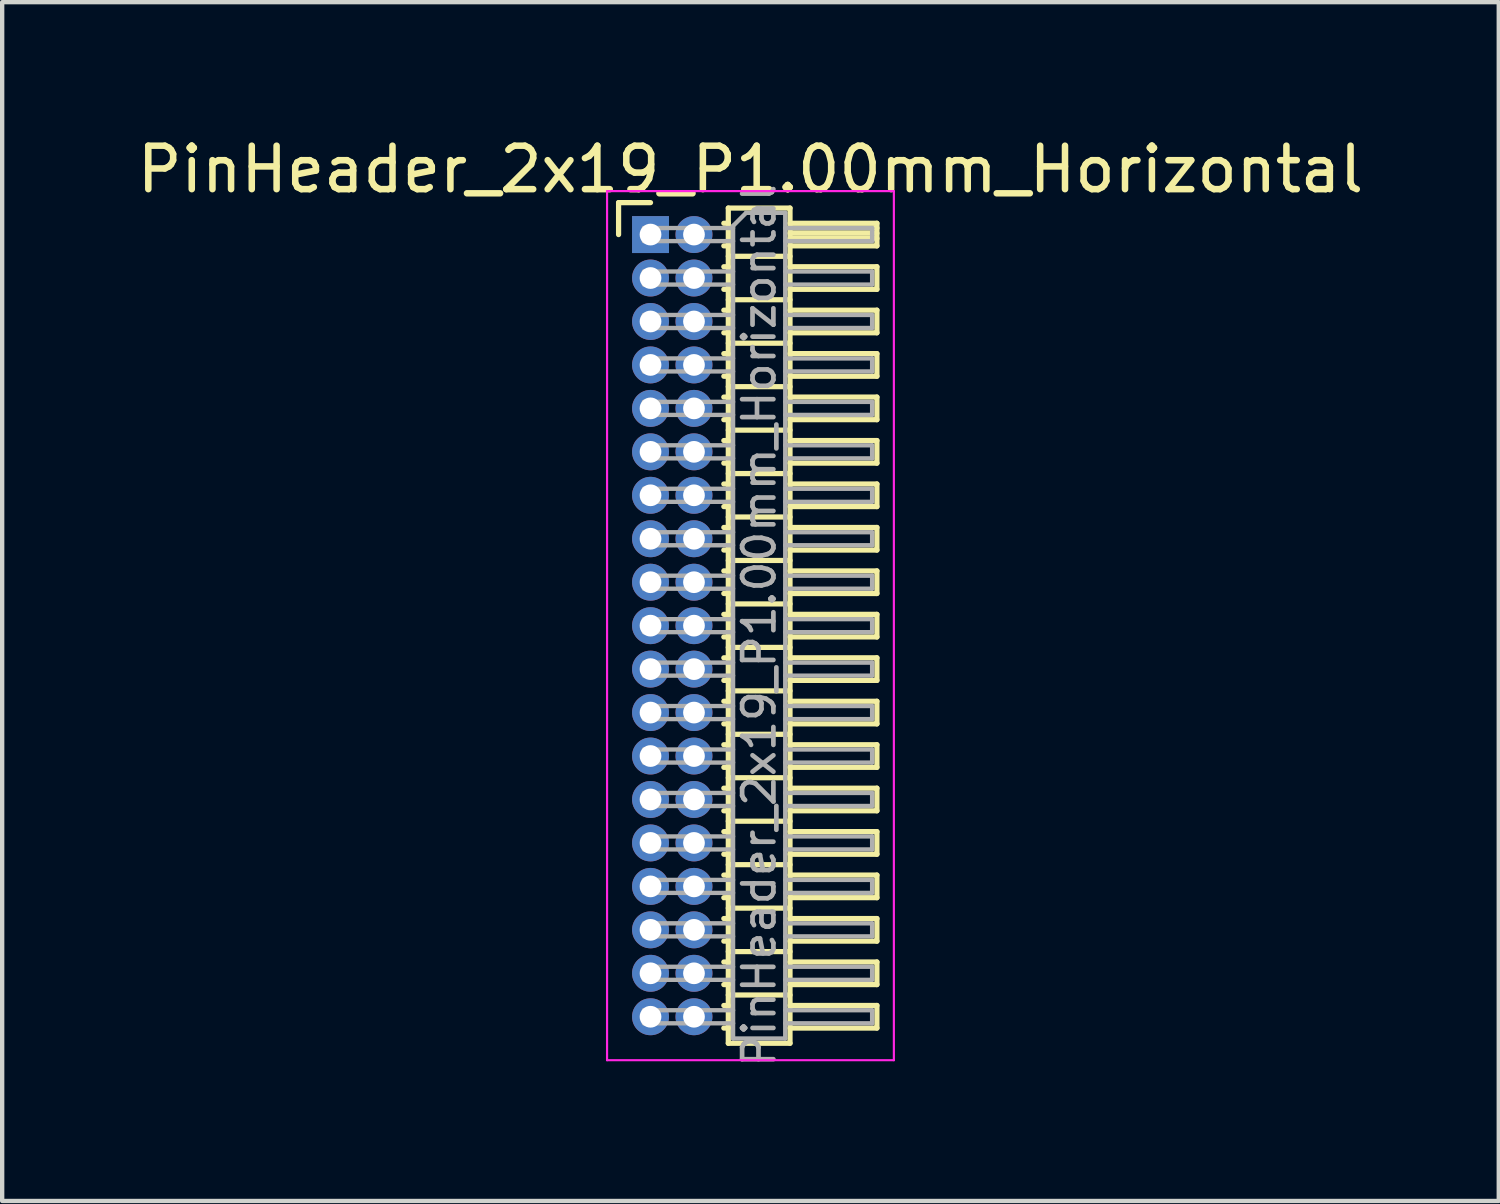
<source format=kicad_pcb>
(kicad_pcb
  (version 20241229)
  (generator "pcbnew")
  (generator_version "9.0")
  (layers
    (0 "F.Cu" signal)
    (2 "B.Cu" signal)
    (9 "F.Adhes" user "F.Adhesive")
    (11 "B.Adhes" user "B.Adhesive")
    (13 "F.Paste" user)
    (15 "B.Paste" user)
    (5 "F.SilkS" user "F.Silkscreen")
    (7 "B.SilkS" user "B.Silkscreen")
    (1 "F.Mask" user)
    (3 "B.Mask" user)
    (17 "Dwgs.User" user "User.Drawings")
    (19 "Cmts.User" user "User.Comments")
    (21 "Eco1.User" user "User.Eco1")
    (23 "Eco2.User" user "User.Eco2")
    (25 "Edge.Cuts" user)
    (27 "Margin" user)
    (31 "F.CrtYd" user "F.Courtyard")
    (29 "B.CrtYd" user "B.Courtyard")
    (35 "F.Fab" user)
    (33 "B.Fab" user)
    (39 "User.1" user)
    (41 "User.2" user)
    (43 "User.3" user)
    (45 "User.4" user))
  (footprint "PinHeader_2x19_P1.00mm_Horizontal"
    (layer "F.Cu")
    (at 11.92 2.348)
    (property "Reference" "PinHeader_2x19_P1.00mm_Horizontal" (at 2.3 -1.5 0) (layer "F.SilkS") (effects (font (size 1 1) (thickness 0.15))))
    (attr through_hole)
    (fp_line (start -0.735 -0.735) (end 0 -0.735) (stroke (width 0.12) (type solid)) (layer "F.SilkS"))
    (fp_line (start -0.735 0) (end -0.735 -0.735) (stroke (width 0.12) (type solid)) (layer "F.SilkS"))
    (fp_line (start 1.687 -0.26) (end 1.79 -0.26) (stroke (width 0.12) (type solid)) (layer "F.SilkS"))
    (fp_line (start 1.687 0.26) (end 1.79 0.26) (stroke (width 0.12) (type solid)) (layer "F.SilkS"))
    (fp_line (start 1.687 0.74) (end 1.79 0.74) (stroke (width 0.12) (type solid)) (layer "F.SilkS"))
    (fp_line (start 1.687 1.26) (end 1.79 1.26) (stroke (width 0.12) (type solid)) (layer "F.SilkS"))
    (fp_line (start 1.687 1.74) (end 1.79 1.74) (stroke (width 0.12) (type solid)) (layer "F.SilkS"))
    (fp_line (start 1.687 2.26) (end 1.79 2.26) (stroke (width 0.12) (type solid)) (layer "F.SilkS"))
    (fp_line (start 1.687 2.74) (end 1.79 2.74) (stroke (width 0.12) (type solid)) (layer "F.SilkS"))
    (fp_line (start 1.687 3.26) (end 1.79 3.26) (stroke (width 0.12) (type solid)) (layer "F.SilkS"))
    (fp_line (start 1.687 3.74) (end 1.79 3.74) (stroke (width 0.12) (type solid)) (layer "F.SilkS"))
    (fp_line (start 1.687 4.26) (end 1.79 4.26) (stroke (width 0.12) (type solid)) (layer "F.SilkS"))
    (fp_line (start 1.687 4.74) (end 1.79 4.74) (stroke (width 0.12) (type solid)) (layer "F.SilkS"))
    (fp_line (start 1.687 5.26) (end 1.79 5.26) (stroke (width 0.12) (type solid)) (layer "F.SilkS"))
    (fp_line (start 1.687 5.74) (end 1.79 5.74) (stroke (width 0.12) (type solid)) (layer "F.SilkS"))
    (fp_line (start 1.687 6.26) (end 1.79 6.26) (stroke (width 0.12) (type solid)) (layer "F.SilkS"))
    (fp_line (start 1.687 6.74) (end 1.79 6.74) (stroke (width 0.12) (type solid)) (layer "F.SilkS"))
    (fp_line (start 1.687 7.26) (end 1.79 7.26) (stroke (width 0.12) (type solid)) (layer "F.SilkS"))
    (fp_line (start 1.687 7.74) (end 1.79 7.74) (stroke (width 0.12) (type solid)) (layer "F.SilkS"))
    (fp_line (start 1.687 8.26) (end 1.79 8.26) (stroke (width 0.12) (type solid)) (layer "F.SilkS"))
    (fp_line (start 1.687 8.74) (end 1.79 8.74) (stroke (width 0.12) (type solid)) (layer "F.SilkS"))
    (fp_line (start 1.687 9.26) (end 1.79 9.26) (stroke (width 0.12) (type solid)) (layer "F.SilkS"))
    (fp_line (start 1.687 9.74) (end 1.79 9.74) (stroke (width 0.12) (type solid)) (layer "F.SilkS"))
    (fp_line (start 1.687 10.26) (end 1.79 10.26) (stroke (width 0.12) (type solid)) (layer "F.SilkS"))
    (fp_line (start 1.687 10.74) (end 1.79 10.74) (stroke (width 0.12) (type solid)) (layer "F.SilkS"))
    (fp_line (start 1.687 11.26) (end 1.79 11.26) (stroke (width 0.12) (type solid)) (layer "F.SilkS"))
    (fp_line (start 1.687 11.74) (end 1.79 11.74) (stroke (width 0.12) (type solid)) (layer "F.SilkS"))
    (fp_line (start 1.687 12.26) (end 1.79 12.26) (stroke (width 0.12) (type solid)) (layer "F.SilkS"))
    (fp_line (start 1.687 12.74) (end 1.79 12.74) (stroke (width 0.12) (type solid)) (layer "F.SilkS"))
    (fp_line (start 1.687 13.26) (end 1.79 13.26) (stroke (width 0.12) (type solid)) (layer "F.SilkS"))
    (fp_line (start 1.687 13.74) (end 1.79 13.74) (stroke (width 0.12) (type solid)) (layer "F.SilkS"))
    (fp_line (start 1.687 14.26) (end 1.79 14.26) (stroke (width 0.12) (type solid)) (layer "F.SilkS"))
    (fp_line (start 1.687 14.74) (end 1.79 14.74) (stroke (width 0.12) (type solid)) (layer "F.SilkS"))
    (fp_line (start 1.687 15.26) (end 1.79 15.26) (stroke (width 0.12) (type solid)) (layer "F.SilkS"))
    (fp_line (start 1.687 15.74) (end 1.79 15.74) (stroke (width 0.12) (type solid)) (layer "F.SilkS"))
    (fp_line (start 1.687 16.26) (end 1.79 16.26) (stroke (width 0.12) (type solid)) (layer "F.SilkS"))
    (fp_line (start 1.687 16.74) (end 1.79 16.74) (stroke (width 0.12) (type solid)) (layer "F.SilkS"))
    (fp_line (start 1.687 17.26) (end 1.79 17.26) (stroke (width 0.12) (type solid)) (layer "F.SilkS"))
    (fp_line (start 1.687 17.74) (end 1.79 17.74) (stroke (width 0.12) (type solid)) (layer "F.SilkS"))
    (fp_line (start 1.687 18.26) (end 1.79 18.26) (stroke (width 0.12) (type solid)) (layer "F.SilkS"))
    (fp_line (start 1.79 -0.61) (end 1.79 18.61) (stroke (width 0.12) (type solid)) (layer "F.SilkS"))
    (fp_line (start 1.79 0.5) (end 3.21 0.5) (stroke (width 0.12) (type solid)) (layer "F.SilkS"))
    (fp_line (start 1.79 1.5) (end 3.21 1.5) (stroke (width 0.12) (type solid)) (layer "F.SilkS"))
    (fp_line (start 1.79 2.5) (end 3.21 2.5) (stroke (width 0.12) (type solid)) (layer "F.SilkS"))
    (fp_line (start 1.79 3.5) (end 3.21 3.5) (stroke (width 0.12) (type solid)) (layer "F.SilkS"))
    (fp_line (start 1.79 4.5) (end 3.21 4.5) (stroke (width 0.12) (type solid)) (layer "F.SilkS"))
    (fp_line (start 1.79 5.5) (end 3.21 5.5) (stroke (width 0.12) (type solid)) (layer "F.SilkS"))
    (fp_line (start 1.79 6.5) (end 3.21 6.5) (stroke (width 0.12) (type solid)) (layer "F.SilkS"))
    (fp_line (start 1.79 7.5) (end 3.21 7.5) (stroke (width 0.12) (type solid)) (layer "F.SilkS"))
    (fp_line (start 1.79 8.5) (end 3.21 8.5) (stroke (width 0.12) (type solid)) (layer "F.SilkS"))
    (fp_line (start 1.79 9.5) (end 3.21 9.5) (stroke (width 0.12) (type solid)) (layer "F.SilkS"))
    (fp_line (start 1.79 10.5) (end 3.21 10.5) (stroke (width 0.12) (type solid)) (layer "F.SilkS"))
    (fp_line (start 1.79 11.5) (end 3.21 11.5) (stroke (width 0.12) (type solid)) (layer "F.SilkS"))
    (fp_line (start 1.79 12.5) (end 3.21 12.5) (stroke (width 0.12) (type solid)) (layer "F.SilkS"))
    (fp_line (start 1.79 13.5) (end 3.21 13.5) (stroke (width 0.12) (type solid)) (layer "F.SilkS"))
    (fp_line (start 1.79 14.5) (end 3.21 14.5) (stroke (width 0.12) (type solid)) (layer "F.SilkS"))
    (fp_line (start 1.79 15.5) (end 3.21 15.5) (stroke (width 0.12) (type solid)) (layer "F.SilkS"))
    (fp_line (start 1.79 16.5) (end 3.21 16.5) (stroke (width 0.12) (type solid)) (layer "F.SilkS"))
    (fp_line (start 1.79 17.5) (end 3.21 17.5) (stroke (width 0.12) (type solid)) (layer "F.SilkS"))
    (fp_line (start 1.79 18.61) (end 3.21 18.61) (stroke (width 0.12) (type solid)) (layer "F.SilkS"))
    (fp_line (start 3.21 -0.61) (end 1.79 -0.61) (stroke (width 0.12) (type solid)) (layer "F.SilkS"))
    (fp_line (start 3.21 -0.26) (end 5.21 -0.26) (stroke (width 0.12) (type solid)) (layer "F.SilkS"))
    (fp_line (start 3.21 -0.15) (end 5.21 -0.15) (stroke (width 0.12) (type solid)) (layer "F.SilkS"))
    (fp_line (start 3.21 -0.03) (end 5.21 -0.03) (stroke (width 0.12) (type solid)) (layer "F.SilkS"))
    (fp_line (start 3.21 0.09) (end 5.21 0.09) (stroke (width 0.12) (type solid)) (layer "F.SilkS"))
    (fp_line (start 3.21 0.74) (end 5.21 0.74) (stroke (width 0.12) (type solid)) (layer "F.SilkS"))
    (fp_line (start 3.21 1.74) (end 5.21 1.74) (stroke (width 0.12) (type solid)) (layer "F.SilkS"))
    (fp_line (start 3.21 2.74) (end 5.21 2.74) (stroke (width 0.12) (type solid)) (layer "F.SilkS"))
    (fp_line (start 3.21 3.74) (end 5.21 3.74) (stroke (width 0.12) (type solid)) (layer "F.SilkS"))
    (fp_line (start 3.21 4.74) (end 5.21 4.74) (stroke (width 0.12) (type solid)) (layer "F.SilkS"))
    (fp_line (start 3.21 5.74) (end 5.21 5.74) (stroke (width 0.12) (type solid)) (layer "F.SilkS"))
    (fp_line (start 3.21 6.74) (end 5.21 6.74) (stroke (width 0.12) (type solid)) (layer "F.SilkS"))
    (fp_line (start 3.21 7.74) (end 5.21 7.74) (stroke (width 0.12) (type solid)) (layer "F.SilkS"))
    (fp_line (start 3.21 8.74) (end 5.21 8.74) (stroke (width 0.12) (type solid)) (layer "F.SilkS"))
    (fp_line (start 3.21 9.74) (end 5.21 9.74) (stroke (width 0.12) (type solid)) (layer "F.SilkS"))
    (fp_line (start 3.21 10.74) (end 5.21 10.74) (stroke (width 0.12) (type solid)) (layer "F.SilkS"))
    (fp_line (start 3.21 11.74) (end 5.21 11.74) (stroke (width 0.12) (type solid)) (layer "F.SilkS"))
    (fp_line (start 3.21 12.74) (end 5.21 12.74) (stroke (width 0.12) (type solid)) (layer "F.SilkS"))
    (fp_line (start 3.21 13.74) (end 5.21 13.74) (stroke (width 0.12) (type solid)) (layer "F.SilkS"))
    (fp_line (start 3.21 14.74) (end 5.21 14.74) (stroke (width 0.12) (type solid)) (layer "F.SilkS"))
    (fp_line (start 3.21 15.74) (end 5.21 15.74) (stroke (width 0.12) (type solid)) (layer "F.SilkS"))
    (fp_line (start 3.21 16.74) (end 5.21 16.74) (stroke (width 0.12) (type solid)) (layer "F.SilkS"))
    (fp_line (start 3.21 17.74) (end 5.21 17.74) (stroke (width 0.12) (type solid)) (layer "F.SilkS"))
    (fp_line (start 3.21 18.61) (end 3.21 -0.61) (stroke (width 0.12) (type solid)) (layer "F.SilkS"))
    (fp_line (start 5.21 -0.26) (end 5.21 0.26) (stroke (width 0.12) (type solid)) (layer "F.SilkS"))
    (fp_line (start 5.21 0.26) (end 3.21 0.26) (stroke (width 0.12) (type solid)) (layer "F.SilkS"))
    (fp_line (start 5.21 0.74) (end 5.21 1.26) (stroke (width 0.12) (type solid)) (layer "F.SilkS"))
    (fp_line (start 5.21 1.26) (end 3.21 1.26) (stroke (width 0.12) (type solid)) (layer "F.SilkS"))
    (fp_line (start 5.21 1.74) (end 5.21 2.26) (stroke (width 0.12) (type solid)) (layer "F.SilkS"))
    (fp_line (start 5.21 2.26) (end 3.21 2.26) (stroke (width 0.12) (type solid)) (layer "F.SilkS"))
    (fp_line (start 5.21 2.74) (end 5.21 3.26) (stroke (width 0.12) (type solid)) (layer "F.SilkS"))
    (fp_line (start 5.21 3.26) (end 3.21 3.26) (stroke (width 0.12) (type solid)) (layer "F.SilkS"))
    (fp_line (start 5.21 3.74) (end 5.21 4.26) (stroke (width 0.12) (type solid)) (layer "F.SilkS"))
    (fp_line (start 5.21 4.26) (end 3.21 4.26) (stroke (width 0.12) (type solid)) (layer "F.SilkS"))
    (fp_line (start 5.21 4.74) (end 5.21 5.26) (stroke (width 0.12) (type solid)) (layer "F.SilkS"))
    (fp_line (start 5.21 5.26) (end 3.21 5.26) (stroke (width 0.12) (type solid)) (layer "F.SilkS"))
    (fp_line (start 5.21 5.74) (end 5.21 6.26) (stroke (width 0.12) (type solid)) (layer "F.SilkS"))
    (fp_line (start 5.21 6.26) (end 3.21 6.26) (stroke (width 0.12) (type solid)) (layer "F.SilkS"))
    (fp_line (start 5.21 6.74) (end 5.21 7.26) (stroke (width 0.12) (type solid)) (layer "F.SilkS"))
    (fp_line (start 5.21 7.26) (end 3.21 7.26) (stroke (width 0.12) (type solid)) (layer "F.SilkS"))
    (fp_line (start 5.21 7.74) (end 5.21 8.26) (stroke (width 0.12) (type solid)) (layer "F.SilkS"))
    (fp_line (start 5.21 8.26) (end 3.21 8.26) (stroke (width 0.12) (type solid)) (layer "F.SilkS"))
    (fp_line (start 5.21 8.74) (end 5.21 9.26) (stroke (width 0.12) (type solid)) (layer "F.SilkS"))
    (fp_line (start 5.21 9.26) (end 3.21 9.26) (stroke (width 0.12) (type solid)) (layer "F.SilkS"))
    (fp_line (start 5.21 9.74) (end 5.21 10.26) (stroke (width 0.12) (type solid)) (layer "F.SilkS"))
    (fp_line (start 5.21 10.26) (end 3.21 10.26) (stroke (width 0.12) (type solid)) (layer "F.SilkS"))
    (fp_line (start 5.21 10.74) (end 5.21 11.26) (stroke (width 0.12) (type solid)) (layer "F.SilkS"))
    (fp_line (start 5.21 11.26) (end 3.21 11.26) (stroke (width 0.12) (type solid)) (layer "F.SilkS"))
    (fp_line (start 5.21 11.74) (end 5.21 12.26) (stroke (width 0.12) (type solid)) (layer "F.SilkS"))
    (fp_line (start 5.21 12.26) (end 3.21 12.26) (stroke (width 0.12) (type solid)) (layer "F.SilkS"))
    (fp_line (start 5.21 12.74) (end 5.21 13.26) (stroke (width 0.12) (type solid)) (layer "F.SilkS"))
    (fp_line (start 5.21 13.26) (end 3.21 13.26) (stroke (width 0.12) (type solid)) (layer "F.SilkS"))
    (fp_line (start 5.21 13.74) (end 5.21 14.26) (stroke (width 0.12) (type solid)) (layer "F.SilkS"))
    (fp_line (start 5.21 14.26) (end 3.21 14.26) (stroke (width 0.12) (type solid)) (layer "F.SilkS"))
    (fp_line (start 5.21 14.74) (end 5.21 15.26) (stroke (width 0.12) (type solid)) (layer "F.SilkS"))
    (fp_line (start 5.21 15.26) (end 3.21 15.26) (stroke (width 0.12) (type solid)) (layer "F.SilkS"))
    (fp_line (start 5.21 15.74) (end 5.21 16.26) (stroke (width 0.12) (type solid)) (layer "F.SilkS"))
    (fp_line (start 5.21 16.26) (end 3.21 16.26) (stroke (width 0.12) (type solid)) (layer "F.SilkS"))
    (fp_line (start 5.21 16.74) (end 5.21 17.26) (stroke (width 0.12) (type solid)) (layer "F.SilkS"))
    (fp_line (start 5.21 17.26) (end 3.21 17.26) (stroke (width 0.12) (type solid)) (layer "F.SilkS"))
    (fp_line (start 5.21 17.74) (end 5.21 18.26) (stroke (width 0.12) (type solid)) (layer "F.SilkS"))
    (fp_line (start 5.21 18.26) (end 3.21 18.26) (stroke (width 0.12) (type solid)) (layer "F.SilkS"))
    (fp_line (start -1 -1) (end -1 19) (stroke (width 0.05) (type solid)) (layer "F.CrtYd"))
    (fp_line (start -1 19) (end 5.6 19) (stroke (width 0.05) (type solid)) (layer "F.CrtYd"))
    (fp_line (start 5.6 -1) (end -1 -1) (stroke (width 0.05) (type solid)) (layer "F.CrtYd"))
    (fp_line (start 5.6 19) (end 5.6 -1) (stroke (width 0.05) (type solid)) (layer "F.CrtYd"))
    (fp_line (start -0.15 -0.15) (end -0.15 0.15) (stroke (width 0.1) (type solid)) (layer "F.Fab"))
    (fp_line (start -0.15 -0.15) (end 1.9 -0.15) (stroke (width 0.1) (type solid)) (layer "F.Fab"))
    (fp_line (start -0.15 0.15) (end 1.9 0.15) (stroke (width 0.1) (type solid)) (layer "F.Fab"))
    (fp_line (start -0.15 0.85) (end -0.15 1.15) (stroke (width 0.1) (type solid)) (layer "F.Fab"))
    (fp_line (start -0.15 0.85) (end 1.9 0.85) (stroke (width 0.1) (type solid)) (layer "F.Fab"))
    (fp_line (start -0.15 1.15) (end 1.9 1.15) (stroke (width 0.1) (type solid)) (layer "F.Fab"))
    (fp_line (start -0.15 1.85) (end -0.15 2.15) (stroke (width 0.1) (type solid)) (layer "F.Fab"))
    (fp_line (start -0.15 1.85) (end 1.9 1.85) (stroke (width 0.1) (type solid)) (layer "F.Fab"))
    (fp_line (start -0.15 2.15) (end 1.9 2.15) (stroke (width 0.1) (type solid)) (layer "F.Fab"))
    (fp_line (start -0.15 2.85) (end -0.15 3.15) (stroke (width 0.1) (type solid)) (layer "F.Fab"))
    (fp_line (start -0.15 2.85) (end 1.9 2.85) (stroke (width 0.1) (type solid)) (layer "F.Fab"))
    (fp_line (start -0.15 3.15) (end 1.9 3.15) (stroke (width 0.1) (type solid)) (layer "F.Fab"))
    (fp_line (start -0.15 3.85) (end -0.15 4.15) (stroke (width 0.1) (type solid)) (layer "F.Fab"))
    (fp_line (start -0.15 3.85) (end 1.9 3.85) (stroke (width 0.1) (type solid)) (layer "F.Fab"))
    (fp_line (start -0.15 4.15) (end 1.9 4.15) (stroke (width 0.1) (type solid)) (layer "F.Fab"))
    (fp_line (start -0.15 4.85) (end -0.15 5.15) (stroke (width 0.1) (type solid)) (layer "F.Fab"))
    (fp_line (start -0.15 4.85) (end 1.9 4.85) (stroke (width 0.1) (type solid)) (layer "F.Fab"))
    (fp_line (start -0.15 5.15) (end 1.9 5.15) (stroke (width 0.1) (type solid)) (layer "F.Fab"))
    (fp_line (start -0.15 5.85) (end -0.15 6.15) (stroke (width 0.1) (type solid)) (layer "F.Fab"))
    (fp_line (start -0.15 5.85) (end 1.9 5.85) (stroke (width 0.1) (type solid)) (layer "F.Fab"))
    (fp_line (start -0.15 6.15) (end 1.9 6.15) (stroke (width 0.1) (type solid)) (layer "F.Fab"))
    (fp_line (start -0.15 6.85) (end -0.15 7.15) (stroke (width 0.1) (type solid)) (layer "F.Fab"))
    (fp_line (start -0.15 6.85) (end 1.9 6.85) (stroke (width 0.1) (type solid)) (layer "F.Fab"))
    (fp_line (start -0.15 7.15) (end 1.9 7.15) (stroke (width 0.1) (type solid)) (layer "F.Fab"))
    (fp_line (start -0.15 7.85) (end -0.15 8.15) (stroke (width 0.1) (type solid)) (layer "F.Fab"))
    (fp_line (start -0.15 7.85) (end 1.9 7.85) (stroke (width 0.1) (type solid)) (layer "F.Fab"))
    (fp_line (start -0.15 8.15) (end 1.9 8.15) (stroke (width 0.1) (type solid)) (layer "F.Fab"))
    (fp_line (start -0.15 8.85) (end -0.15 9.15) (stroke (width 0.1) (type solid)) (layer "F.Fab"))
    (fp_line (start -0.15 8.85) (end 1.9 8.85) (stroke (width 0.1) (type solid)) (layer "F.Fab"))
    (fp_line (start -0.15 9.15) (end 1.9 9.15) (stroke (width 0.1) (type solid)) (layer "F.Fab"))
    (fp_line (start -0.15 9.85) (end -0.15 10.15) (stroke (width 0.1) (type solid)) (layer "F.Fab"))
    (fp_line (start -0.15 9.85) (end 1.9 9.85) (stroke (width 0.1) (type solid)) (layer "F.Fab"))
    (fp_line (start -0.15 10.15) (end 1.9 10.15) (stroke (width 0.1) (type solid)) (layer "F.Fab"))
    (fp_line (start -0.15 10.85) (end -0.15 11.15) (stroke (width 0.1) (type solid)) (layer "F.Fab"))
    (fp_line (start -0.15 10.85) (end 1.9 10.85) (stroke (width 0.1) (type solid)) (layer "F.Fab"))
    (fp_line (start -0.15 11.15) (end 1.9 11.15) (stroke (width 0.1) (type solid)) (layer "F.Fab"))
    (fp_line (start -0.15 11.85) (end -0.15 12.15) (stroke (width 0.1) (type solid)) (layer "F.Fab"))
    (fp_line (start -0.15 11.85) (end 1.9 11.85) (stroke (width 0.1) (type solid)) (layer "F.Fab"))
    (fp_line (start -0.15 12.15) (end 1.9 12.15) (stroke (width 0.1) (type solid)) (layer "F.Fab"))
    (fp_line (start -0.15 12.85) (end -0.15 13.15) (stroke (width 0.1) (type solid)) (layer "F.Fab"))
    (fp_line (start -0.15 12.85) (end 1.9 12.85) (stroke (width 0.1) (type solid)) (layer "F.Fab"))
    (fp_line (start -0.15 13.15) (end 1.9 13.15) (stroke (width 0.1) (type solid)) (layer "F.Fab"))
    (fp_line (start -0.15 13.85) (end -0.15 14.15) (stroke (width 0.1) (type solid)) (layer "F.Fab"))
    (fp_line (start -0.15 13.85) (end 1.9 13.85) (stroke (width 0.1) (type solid)) (layer "F.Fab"))
    (fp_line (start -0.15 14.15) (end 1.9 14.15) (stroke (width 0.1) (type solid)) (layer "F.Fab"))
    (fp_line (start -0.15 14.85) (end -0.15 15.15) (stroke (width 0.1) (type solid)) (layer "F.Fab"))
    (fp_line (start -0.15 14.85) (end 1.9 14.85) (stroke (width 0.1) (type solid)) (layer "F.Fab"))
    (fp_line (start -0.15 15.15) (end 1.9 15.15) (stroke (width 0.1) (type solid)) (layer "F.Fab"))
    (fp_line (start -0.15 15.85) (end -0.15 16.15) (stroke (width 0.1) (type solid)) (layer "F.Fab"))
    (fp_line (start -0.15 15.85) (end 1.9 15.85) (stroke (width 0.1) (type solid)) (layer "F.Fab"))
    (fp_line (start -0.15 16.15) (end 1.9 16.15) (stroke (width 0.1) (type solid)) (layer "F.Fab"))
    (fp_line (start -0.15 16.85) (end -0.15 17.15) (stroke (width 0.1) (type solid)) (layer "F.Fab"))
    (fp_line (start -0.15 16.85) (end 1.9 16.85) (stroke (width 0.1) (type solid)) (layer "F.Fab"))
    (fp_line (start -0.15 17.15) (end 1.9 17.15) (stroke (width 0.1) (type solid)) (layer "F.Fab"))
    (fp_line (start -0.15 17.85) (end -0.15 18.15) (stroke (width 0.1) (type solid)) (layer "F.Fab"))
    (fp_line (start -0.15 17.85) (end 1.9 17.85) (stroke (width 0.1) (type solid)) (layer "F.Fab"))
    (fp_line (start -0.15 18.15) (end 1.9 18.15) (stroke (width 0.1) (type solid)) (layer "F.Fab"))
    (fp_line (start 1.9 -0.2) (end 2.2 -0.5) (stroke (width 0.1) (type solid)) (layer "F.Fab"))
    (fp_line (start 1.9 18.5) (end 1.9 -0.2) (stroke (width 0.1) (type solid)) (layer "F.Fab"))
    (fp_line (start 2.2 -0.5) (end 3.1 -0.5) (stroke (width 0.1) (type solid)) (layer "F.Fab"))
    (fp_line (start 3.1 -0.5) (end 3.1 18.5) (stroke (width 0.1) (type solid)) (layer "F.Fab"))
    (fp_line (start 3.1 -0.15) (end 5.1 -0.15) (stroke (width 0.1) (type solid)) (layer "F.Fab"))
    (fp_line (start 3.1 0.15) (end 5.1 0.15) (stroke (width 0.1) (type solid)) (layer "F.Fab"))
    (fp_line (start 3.1 0.85) (end 5.1 0.85) (stroke (width 0.1) (type solid)) (layer "F.Fab"))
    (fp_line (start 3.1 1.15) (end 5.1 1.15) (stroke (width 0.1) (type solid)) (layer "F.Fab"))
    (fp_line (start 3.1 1.85) (end 5.1 1.85) (stroke (width 0.1) (type solid)) (layer "F.Fab"))
    (fp_line (start 3.1 2.15) (end 5.1 2.15) (stroke (width 0.1) (type solid)) (layer "F.Fab"))
    (fp_line (start 3.1 2.85) (end 5.1 2.85) (stroke (width 0.1) (type solid)) (layer "F.Fab"))
    (fp_line (start 3.1 3.15) (end 5.1 3.15) (stroke (width 0.1) (type solid)) (layer "F.Fab"))
    (fp_line (start 3.1 3.85) (end 5.1 3.85) (stroke (width 0.1) (type solid)) (layer "F.Fab"))
    (fp_line (start 3.1 4.15) (end 5.1 4.15) (stroke (width 0.1) (type solid)) (layer "F.Fab"))
    (fp_line (start 3.1 4.85) (end 5.1 4.85) (stroke (width 0.1) (type solid)) (layer "F.Fab"))
    (fp_line (start 3.1 5.15) (end 5.1 5.15) (stroke (width 0.1) (type solid)) (layer "F.Fab"))
    (fp_line (start 3.1 5.85) (end 5.1 5.85) (stroke (width 0.1) (type solid)) (layer "F.Fab"))
    (fp_line (start 3.1 6.15) (end 5.1 6.15) (stroke (width 0.1) (type solid)) (layer "F.Fab"))
    (fp_line (start 3.1 6.85) (end 5.1 6.85) (stroke (width 0.1) (type solid)) (layer "F.Fab"))
    (fp_line (start 3.1 7.15) (end 5.1 7.15) (stroke (width 0.1) (type solid)) (layer "F.Fab"))
    (fp_line (start 3.1 7.85) (end 5.1 7.85) (stroke (width 0.1) (type solid)) (layer "F.Fab"))
    (fp_line (start 3.1 8.15) (end 5.1 8.15) (stroke (width 0.1) (type solid)) (layer "F.Fab"))
    (fp_line (start 3.1 8.85) (end 5.1 8.85) (stroke (width 0.1) (type solid)) (layer "F.Fab"))
    (fp_line (start 3.1 9.15) (end 5.1 9.15) (stroke (width 0.1) (type solid)) (layer "F.Fab"))
    (fp_line (start 3.1 9.85) (end 5.1 9.85) (stroke (width 0.1) (type solid)) (layer "F.Fab"))
    (fp_line (start 3.1 10.15) (end 5.1 10.15) (stroke (width 0.1) (type solid)) (layer "F.Fab"))
    (fp_line (start 3.1 10.85) (end 5.1 10.85) (stroke (width 0.1) (type solid)) (layer "F.Fab"))
    (fp_line (start 3.1 11.15) (end 5.1 11.15) (stroke (width 0.1) (type solid)) (layer "F.Fab"))
    (fp_line (start 3.1 11.85) (end 5.1 11.85) (stroke (width 0.1) (type solid)) (layer "F.Fab"))
    (fp_line (start 3.1 12.15) (end 5.1 12.15) (stroke (width 0.1) (type solid)) (layer "F.Fab"))
    (fp_line (start 3.1 12.85) (end 5.1 12.85) (stroke (width 0.1) (type solid)) (layer "F.Fab"))
    (fp_line (start 3.1 13.15) (end 5.1 13.15) (stroke (width 0.1) (type solid)) (layer "F.Fab"))
    (fp_line (start 3.1 13.85) (end 5.1 13.85) (stroke (width 0.1) (type solid)) (layer "F.Fab"))
    (fp_line (start 3.1 14.15) (end 5.1 14.15) (stroke (width 0.1) (type solid)) (layer "F.Fab"))
    (fp_line (start 3.1 14.85) (end 5.1 14.85) (stroke (width 0.1) (type solid)) (layer "F.Fab"))
    (fp_line (start 3.1 15.15) (end 5.1 15.15) (stroke (width 0.1) (type solid)) (layer "F.Fab"))
    (fp_line (start 3.1 15.85) (end 5.1 15.85) (stroke (width 0.1) (type solid)) (layer "F.Fab"))
    (fp_line (start 3.1 16.15) (end 5.1 16.15) (stroke (width 0.1) (type solid)) (layer "F.Fab"))
    (fp_line (start 3.1 16.85) (end 5.1 16.85) (stroke (width 0.1) (type solid)) (layer "F.Fab"))
    (fp_line (start 3.1 17.15) (end 5.1 17.15) (stroke (width 0.1) (type solid)) (layer "F.Fab"))
    (fp_line (start 3.1 17.85) (end 5.1 17.85) (stroke (width 0.1) (type solid)) (layer "F.Fab"))
    (fp_line (start 3.1 18.15) (end 5.1 18.15) (stroke (width 0.1) (type solid)) (layer "F.Fab"))
    (fp_line (start 3.1 18.5) (end 1.9 18.5) (stroke (width 0.1) (type solid)) (layer "F.Fab"))
    (fp_line (start 5.1 -0.15) (end 5.1 0.15) (stroke (width 0.1) (type solid)) (layer "F.Fab"))
    (fp_line (start 5.1 0.85) (end 5.1 1.15) (stroke (width 0.1) (type solid)) (layer "F.Fab"))
    (fp_line (start 5.1 1.85) (end 5.1 2.15) (stroke (width 0.1) (type solid)) (layer "F.Fab"))
    (fp_line (start 5.1 2.85) (end 5.1 3.15) (stroke (width 0.1) (type solid)) (layer "F.Fab"))
    (fp_line (start 5.1 3.85) (end 5.1 4.15) (stroke (width 0.1) (type solid)) (layer "F.Fab"))
    (fp_line (start 5.1 4.85) (end 5.1 5.15) (stroke (width 0.1) (type solid)) (layer "F.Fab"))
    (fp_line (start 5.1 5.85) (end 5.1 6.15) (stroke (width 0.1) (type solid)) (layer "F.Fab"))
    (fp_line (start 5.1 6.85) (end 5.1 7.15) (stroke (width 0.1) (type solid)) (layer "F.Fab"))
    (fp_line (start 5.1 7.85) (end 5.1 8.15) (stroke (width 0.1) (type solid)) (layer "F.Fab"))
    (fp_line (start 5.1 8.85) (end 5.1 9.15) (stroke (width 0.1) (type solid)) (layer "F.Fab"))
    (fp_line (start 5.1 9.85) (end 5.1 10.15) (stroke (width 0.1) (type solid)) (layer "F.Fab"))
    (fp_line (start 5.1 10.85) (end 5.1 11.15) (stroke (width 0.1) (type solid)) (layer "F.Fab"))
    (fp_line (start 5.1 11.85) (end 5.1 12.15) (stroke (width 0.1) (type solid)) (layer "F.Fab"))
    (fp_line (start 5.1 12.85) (end 5.1 13.15) (stroke (width 0.1) (type solid)) (layer "F.Fab"))
    (fp_line (start 5.1 13.85) (end 5.1 14.15) (stroke (width 0.1) (type solid)) (layer "F.Fab"))
    (fp_line (start 5.1 14.85) (end 5.1 15.15) (stroke (width 0.1) (type solid)) (layer "F.Fab"))
    (fp_line (start 5.1 15.85) (end 5.1 16.15) (stroke (width 0.1) (type solid)) (layer "F.Fab"))
    (fp_line (start 5.1 16.85) (end 5.1 17.15) (stroke (width 0.1) (type solid)) (layer "F.Fab"))
    (fp_line (start 5.1 17.85) (end 5.1 18.15) (stroke (width 0.1) (type solid)) (layer "F.Fab"))
    (fp_text user "${REFERENCE}" (at 2.5 9 90) (layer "F.Fab") (effects (font (size 0.72 0.72) (thickness 0.108))))
    (pad "1" thru_hole rect (at 0 0) (size 0.85 0.85) (drill 0.5) (layers "*.Cu" "*.Mask"))
    (pad "2" thru_hole circle (at 1 0) (size 0.85 0.85) (drill 0.5) (layers "*.Cu" "*.Mask"))
    (pad "3" thru_hole circle (at 0 1) (size 0.85 0.85) (drill 0.5) (layers "*.Cu" "*.Mask"))
    (pad "4" thru_hole circle (at 1 1) (size 0.85 0.85) (drill 0.5) (layers "*.Cu" "*.Mask"))
    (pad "5" thru_hole circle (at 0 2) (size 0.85 0.85) (drill 0.5) (layers "*.Cu" "*.Mask"))
    (pad "6" thru_hole circle (at 1 2) (size 0.85 0.85) (drill 0.5) (layers "*.Cu" "*.Mask"))
    (pad "7" thru_hole circle (at 0 3) (size 0.85 0.85) (drill 0.5) (layers "*.Cu" "*.Mask"))
    (pad "8" thru_hole circle (at 1 3) (size 0.85 0.85) (drill 0.5) (layers "*.Cu" "*.Mask"))
    (pad "9" thru_hole circle (at 0 4) (size 0.85 0.85) (drill 0.5) (layers "*.Cu" "*.Mask"))
    (pad "10" thru_hole circle (at 1 4) (size 0.85 0.85) (drill 0.5) (layers "*.Cu" "*.Mask"))
    (pad "11" thru_hole circle (at 0 5) (size 0.85 0.85) (drill 0.5) (layers "*.Cu" "*.Mask"))
    (pad "12" thru_hole circle (at 1 5) (size 0.85 0.85) (drill 0.5) (layers "*.Cu" "*.Mask"))
    (pad "13" thru_hole circle (at 0 6) (size 0.85 0.85) (drill 0.5) (layers "*.Cu" "*.Mask"))
    (pad "14" thru_hole circle (at 1 6) (size 0.85 0.85) (drill 0.5) (layers "*.Cu" "*.Mask"))
    (pad "15" thru_hole circle (at 0 7) (size 0.85 0.85) (drill 0.5) (layers "*.Cu" "*.Mask"))
    (pad "16" thru_hole circle (at 1 7) (size 0.85 0.85) (drill 0.5) (layers "*.Cu" "*.Mask"))
    (pad "17" thru_hole circle (at 0 8) (size 0.85 0.85) (drill 0.5) (layers "*.Cu" "*.Mask"))
    (pad "18" thru_hole circle (at 1 8) (size 0.85 0.85) (drill 0.5) (layers "*.Cu" "*.Mask"))
    (pad "19" thru_hole circle (at 0 9) (size 0.85 0.85) (drill 0.5) (layers "*.Cu" "*.Mask"))
    (pad "20" thru_hole circle (at 1 9) (size 0.85 0.85) (drill 0.5) (layers "*.Cu" "*.Mask"))
    (pad "21" thru_hole circle (at 0 10) (size 0.85 0.85) (drill 0.5) (layers "*.Cu" "*.Mask"))
    (pad "22" thru_hole circle (at 1 10) (size 0.85 0.85) (drill 0.5) (layers "*.Cu" "*.Mask"))
    (pad "23" thru_hole circle (at 0 11) (size 0.85 0.85) (drill 0.5) (layers "*.Cu" "*.Mask"))
    (pad "24" thru_hole circle (at 1 11) (size 0.85 0.85) (drill 0.5) (layers "*.Cu" "*.Mask"))
    (pad "25" thru_hole circle (at 0 12) (size 0.85 0.85) (drill 0.5) (layers "*.Cu" "*.Mask"))
    (pad "26" thru_hole circle (at 1 12) (size 0.85 0.85) (drill 0.5) (layers "*.Cu" "*.Mask"))
    (pad "27" thru_hole circle (at 0 13) (size 0.85 0.85) (drill 0.5) (layers "*.Cu" "*.Mask"))
    (pad "28" thru_hole circle (at 1 13) (size 0.85 0.85) (drill 0.5) (layers "*.Cu" "*.Mask"))
    (pad "29" thru_hole circle (at 0 14) (size 0.85 0.85) (drill 0.5) (layers "*.Cu" "*.Mask"))
    (pad "30" thru_hole circle (at 1 14) (size 0.85 0.85) (drill 0.5) (layers "*.Cu" "*.Mask"))
    (pad "31" thru_hole circle (at 0 15) (size 0.85 0.85) (drill 0.5) (layers "*.Cu" "*.Mask"))
    (pad "32" thru_hole circle (at 1 15) (size 0.85 0.85) (drill 0.5) (layers "*.Cu" "*.Mask"))
    (pad "33" thru_hole circle (at 0 16) (size 0.85 0.85) (drill 0.5) (layers "*.Cu" "*.Mask"))
    (pad "34" thru_hole circle (at 1 16) (size 0.85 0.85) (drill 0.5) (layers "*.Cu" "*.Mask"))
    (pad "35" thru_hole circle (at 0 17) (size 0.85 0.85) (drill 0.5) (layers "*.Cu" "*.Mask"))
    (pad "36" thru_hole circle (at 1 17) (size 0.85 0.85) (drill 0.5) (layers "*.Cu" "*.Mask"))
    (pad "37" thru_hole circle (at 0 18) (size 0.85 0.85) (drill 0.5) (layers "*.Cu" "*.Mask"))
    (pad "38" thru_hole circle (at 1 18) (size 0.85 0.85) (drill 0.5) (layers "*.Cu" "*.Mask")))
  (gr_rect
    (start -3 -3)
    (end 31.44 24.587)
    (stroke (width 0.1) (type default))
    (fill no)
    (layer "Edge.Cuts")))
</source>
